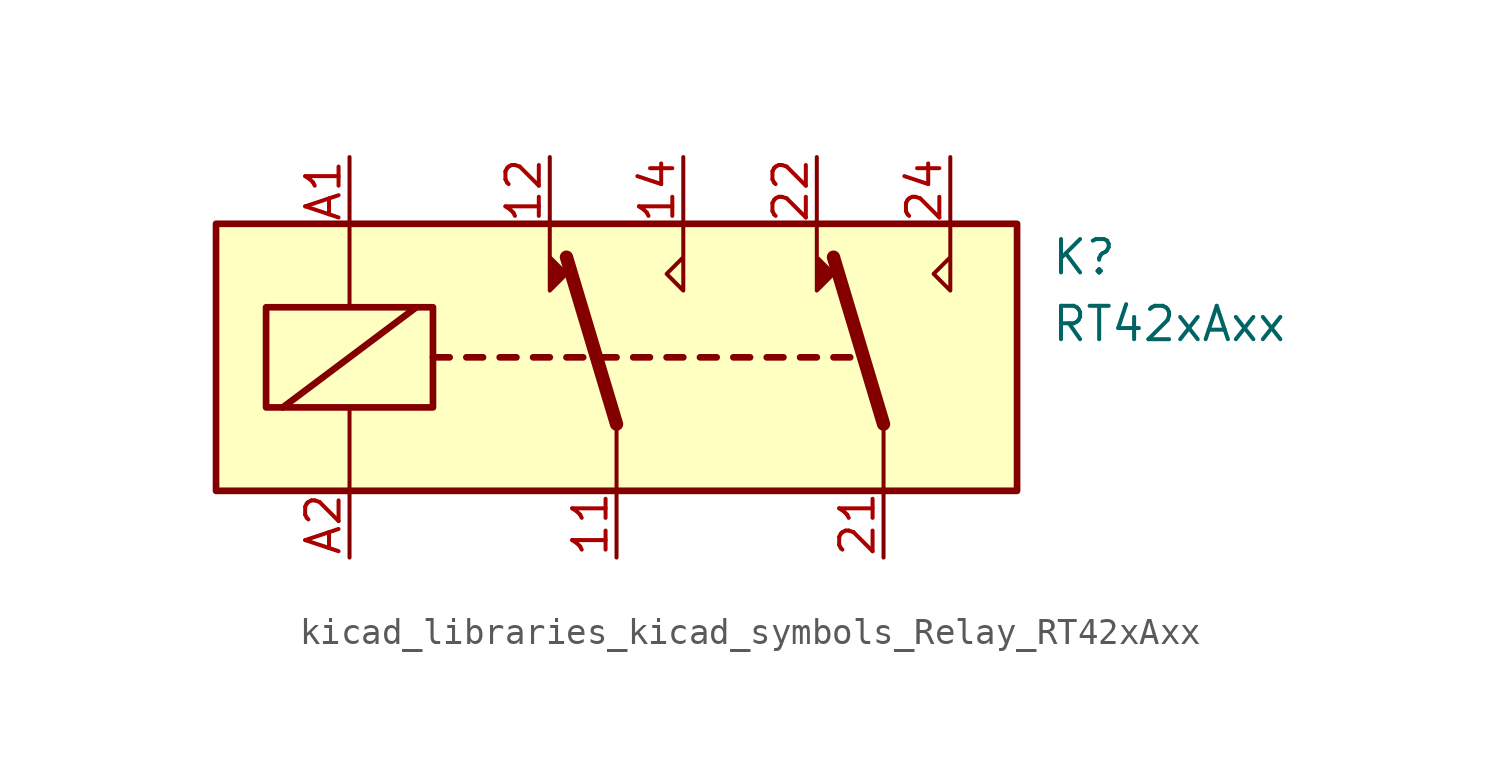
<source format=kicad_sym>
(kicad_symbol_lib
  (version 20220914)
  (generator kicad_symbol_editor)
  (symbol "kicad_libraries_kicad_symbols_Relay_RT42xAxx"
    (property "Reference" "K"
      (at 16.51 3.81 0)
      (effects (font (size 1.27 1.27)) (justify left)))
    (property "Value" "RT42xAxx"
      (at 16.51 1.27 0)
      (effects (font (size 1.27 1.27)) (justify left)))
    (symbol "kicad_libraries_kicad_symbols_Relay_RT42xAxx_0_0"
      (polyline (pts (xy -7.62 1.905) (xy -12.7 -1.905)) (stroke (width 0.254) (type default)) (fill (type none))))
    (symbol "kicad_libraries_kicad_symbols_Relay_RT42xAxx_0_1"
      (rectangle (start -15.24 5.08) (end 15.24 -5.08) (stroke (width 0.254) (type default)) (fill (type background)))
      (rectangle (start -13.335 1.905) (end -6.985 -1.905) (stroke (width 0.254) (type default)) (fill (type none)))
      (polyline (pts (xy -10.16 -5.08) (xy -10.16 -1.905)) (stroke (width 0) (type default)) (fill (type none)))
      (polyline (pts (xy -10.16 5.08) (xy -10.16 1.905)) (stroke (width 0) (type default)) (fill (type none)))
      (polyline (pts (xy -6.985 0) (xy -6.35 0)) (stroke (width 0.254) (type default)) (fill (type none)))
      (polyline (pts (xy -5.715 0) (xy -5.08 0)) (stroke (width 0.254) (type default)) (fill (type none)))
      (polyline (pts (xy -4.445 0) (xy -3.81 0)) (stroke (width 0.254) (type default)) (fill (type none)))
      (polyline (pts (xy -3.175 0) (xy -2.54 0)) (stroke (width 0.254) (type default)) (fill (type none)))
      (polyline (pts (xy -1.905 0) (xy -1.27 0)) (stroke (width 0.254) (type default)) (fill (type none)))
      (polyline (pts (xy -0.635 0) (xy 0 0)) (stroke (width 0.254) (type default)) (fill (type none)))
      (polyline (pts (xy 0 -2.54) (xy -1.905 3.81)) (stroke (width 0.508) (type default)) (fill (type none)))
      (polyline (pts (xy 0 -2.54) (xy 0 -5.08)) (stroke (width 0) (type default)) (fill (type none)))
      (polyline (pts (xy 0.635 0) (xy 1.27 0)) (stroke (width 0.254) (type default)) (fill (type none)))
      (polyline (pts (xy 1.905 0) (xy 2.54 0)) (stroke (width 0.254) (type default)) (fill (type none)))
      (polyline (pts (xy 3.175 0) (xy 3.81 0)) (stroke (width 0.254) (type default)) (fill (type none)))
      (polyline (pts (xy 4.445 0) (xy 5.08 0)) (stroke (width 0.254) (type default)) (fill (type none)))
      (polyline (pts (xy 5.715 0) (xy 6.35 0)) (stroke (width 0.254) (type default)) (fill (type none)))
      (polyline (pts (xy 6.985 0) (xy 7.62 0)) (stroke (width 0.254) (type default)) (fill (type none)))
      (polyline (pts (xy 8.255 0) (xy 8.89 0)) (stroke (width 0.254) (type default)) (fill (type none)))
      (polyline (pts (xy 10.16 -2.54) (xy 8.255 3.81)) (stroke (width 0.508) (type default)) (fill (type none)))
      (polyline (pts (xy 10.16 -2.54) (xy 10.16 -5.08)) (stroke (width 0) (type default)) (fill (type none)))
      (polyline (pts (xy -2.54 5.08) (xy -2.54 2.54) (xy -1.905 3.175) (xy -2.54 3.81)) (stroke (width 0) (type default)) (fill (type outline)))
      (polyline (pts (xy 2.54 5.08) (xy 2.54 2.54) (xy 1.905 3.175) (xy 2.54 3.81)) (stroke (width 0) (type default)) (fill (type none)))
      (polyline (pts (xy 7.62 5.08) (xy 7.62 2.54) (xy 8.255 3.175) (xy 7.62 3.81)) (stroke (width 0) (type default)) (fill (type outline)))
      (polyline (pts (xy 12.7 5.08) (xy 12.7 2.54) (xy 12.065 3.175) (xy 12.7 3.81)) (stroke (width 0) (type default)) (fill (type none))))
    (symbol "kicad_libraries_kicad_symbols_Relay_RT42xAxx_1_1"
      (pin passive line (at 0 -7.62 90) (length 2.54) (name "~" (effects (font (size 1.27 1.27)))) (number "11" (effects (font (size 1.27 1.27)))))
      (pin passive line (at -2.54 7.62 270) (length 2.54) (name "~" (effects (font (size 1.27 1.27)))) (number "12" (effects (font (size 1.27 1.27)))))
      (pin passive line (at 2.54 7.62 270) (length 2.54) (name "~" (effects (font (size 1.27 1.27)))) (number "14" (effects (font (size 1.27 1.27)))))
      (pin passive line (at 10.16 -7.62 90) (length 2.54) (name "~" (effects (font (size 1.27 1.27)))) (number "21" (effects (font (size 1.27 1.27)))))
      (pin passive line (at 7.62 7.62 270) (length 2.54) (name "~" (effects (font (size 1.27 1.27)))) (number "22" (effects (font (size 1.27 1.27)))))
      (pin passive line (at 12.7 7.62 270) (length 2.54) (name "~" (effects (font (size 1.27 1.27)))) (number "24" (effects (font (size 1.27 1.27)))))
      (pin passive line (at -10.16 7.62 270) (length 2.54) (name "~" (effects (font (size 1.27 1.27)))) (number "A1" (effects (font (size 1.27 1.27)))))
      (pin passive line (at -10.16 -7.62 90) (length 2.54) (name "~" (effects (font (size 1.27 1.27)))) (number "A2" (effects (font (size 1.27 1.27))))))))
</source>
